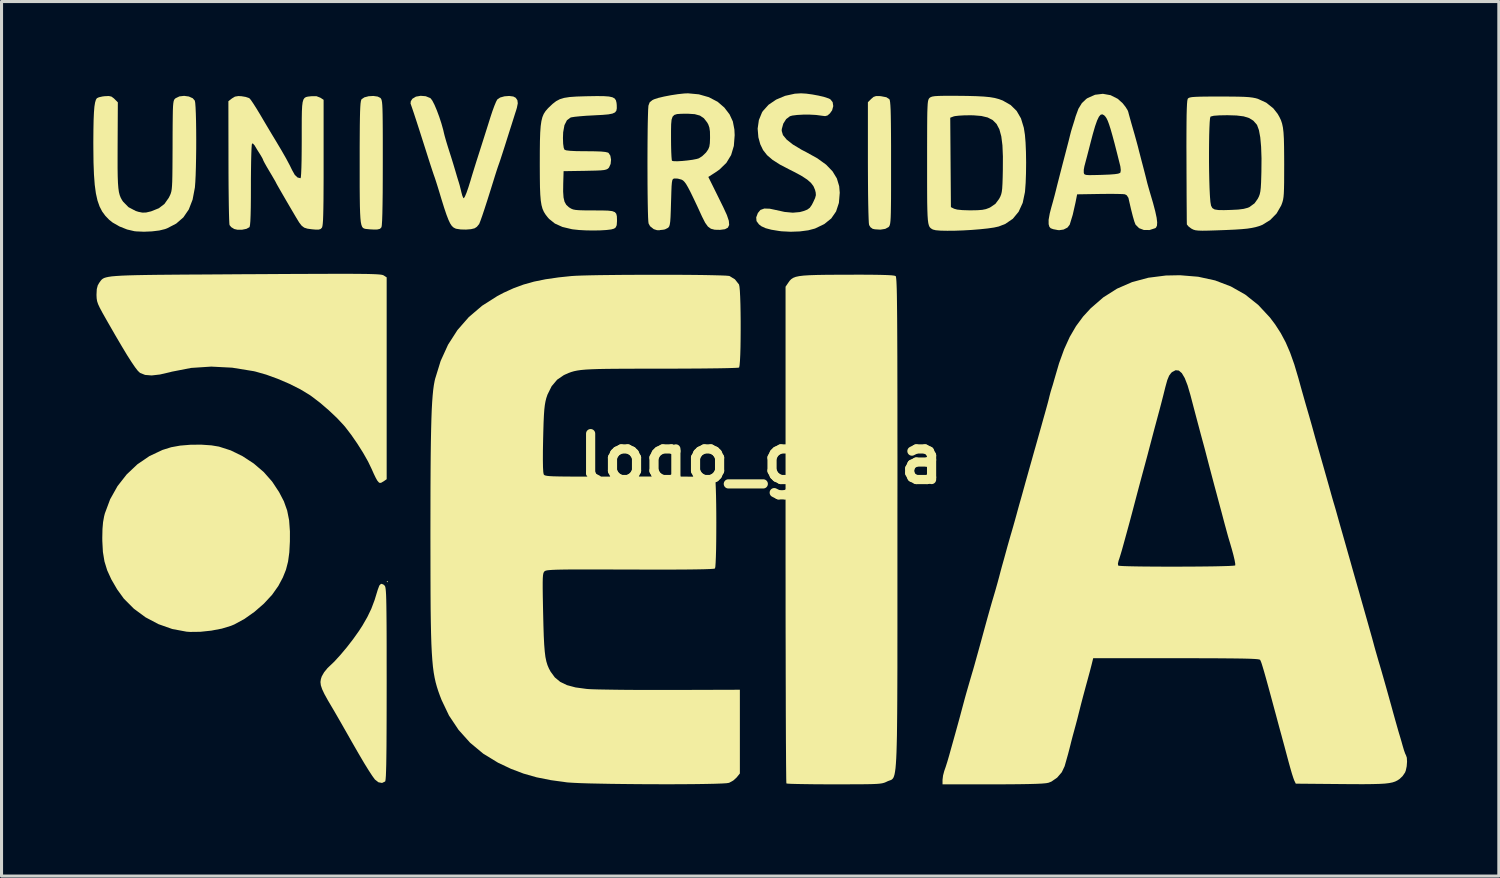
<source format=kicad_pcb>
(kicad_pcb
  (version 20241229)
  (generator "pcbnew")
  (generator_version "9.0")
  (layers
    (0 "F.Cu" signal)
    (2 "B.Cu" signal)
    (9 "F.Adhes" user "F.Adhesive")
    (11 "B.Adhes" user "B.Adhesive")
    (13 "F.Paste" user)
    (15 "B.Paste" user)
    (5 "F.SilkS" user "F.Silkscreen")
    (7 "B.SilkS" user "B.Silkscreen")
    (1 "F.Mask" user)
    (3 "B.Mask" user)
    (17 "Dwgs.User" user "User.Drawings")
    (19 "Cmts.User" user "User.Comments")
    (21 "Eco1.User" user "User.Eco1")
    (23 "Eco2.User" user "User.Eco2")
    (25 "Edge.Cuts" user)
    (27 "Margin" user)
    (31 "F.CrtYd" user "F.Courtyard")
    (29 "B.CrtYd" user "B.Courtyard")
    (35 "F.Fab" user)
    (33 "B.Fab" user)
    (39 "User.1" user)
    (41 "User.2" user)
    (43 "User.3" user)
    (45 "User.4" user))
  (footprint "logo_g_eia"
    (layer "F.Cu")
    (at 21.824 11.943)
    (property "Reference" "logo_g_eia" (at 0 0 0) (layer "F.SilkS") (effects (font (size 1.5 1.5) (thickness 0.3))))
    (attr board_only exclude_from_pos_files exclude_from_bom)
    (fp_poly (pts (xy -12.195 4.016) (xy -12.216 4.037) (xy -12.237 4.016) (xy -12.216 3.995)) (stroke (width 0) (type solid)) (fill yes) (layer "F.SilkS"))
    (fp_poly (pts (xy 3.873 -11.853) (xy 3.921 -11.848) (xy 4.093 -11.815) (xy 4.189 -11.754) (xy 4.191 -11.751) (xy 4.205 -11.718) (xy 4.216 -11.652) (xy 4.225 -11.549) (xy 4.233 -11.402) (xy 4.238 -11.204) (xy 4.242 -10.948) (xy 4.245 -10.629) (xy 4.247 -10.24) (xy 4.247 -9.775) (xy 4.247 -9.664) (xy 4.247 -9.201) (xy 4.247 -8.814) (xy 4.246 -8.497) (xy 4.243 -8.242) (xy 4.24 -8.042) (xy 4.235 -7.89) (xy 4.228 -7.777) (xy 4.219 -7.698) (xy 4.207 -7.644) (xy 4.193 -7.608) (xy 4.176 -7.583) (xy 4.163 -7.57) (xy 4.057 -7.513) (xy 3.899 -7.488) (xy 3.72 -7.499) (xy 3.646 -7.515) (xy 3.574 -7.567) (xy 3.53 -7.639) (xy 3.521 -7.703) (xy 3.514 -7.844) (xy 3.507 -8.053) (xy 3.501 -8.324) (xy 3.496 -8.648) (xy 3.493 -9.017) (xy 3.491 -9.425) (xy 3.49 -9.698) (xy 3.49 -11.652) (xy 3.599 -11.761) (xy 3.675 -11.826) (xy 3.755 -11.853)) (stroke (width 0) (type solid)) (fill yes) (layer "F.SilkS"))
    (fp_poly (pts (xy -12.531 -11.837) (xy -12.446 -11.795) (xy -12.427 -11.775) (xy -12.412 -11.748) (xy -12.399 -11.707) (xy -12.388 -11.645) (xy -12.38 -11.554) (xy -12.374 -11.427) (xy -12.37 -11.257) (xy -12.367 -11.036) (xy -12.365 -10.758) (xy -12.364 -10.415) (xy -12.364 -10) (xy -12.364 -9.684) (xy -12.365 -9.154) (xy -12.367 -8.696) (xy -12.372 -8.313) (xy -12.378 -8.007) (xy -12.386 -7.779) (xy -12.396 -7.632) (xy -12.407 -7.567) (xy -12.407 -7.567) (xy -12.455 -7.515) (xy -12.541 -7.493) (xy -12.649 -7.491) (xy -12.789 -7.498) (xy -12.906 -7.51) (xy -12.936 -7.514) (xy -12.977 -7.526) (xy -13.012 -7.546) (xy -13.04 -7.584) (xy -13.063 -7.644) (xy -13.082 -7.735) (xy -13.095 -7.863) (xy -13.105 -8.035) (xy -13.112 -8.258) (xy -13.116 -8.538) (xy -13.119 -8.883) (xy -13.119 -9.3) (xy -13.119 -9.706) (xy -13.119 -10.174) (xy -13.117 -10.566) (xy -13.115 -10.887) (xy -13.111 -11.145) (xy -13.106 -11.347) (xy -13.099 -11.5) (xy -13.091 -11.61) (xy -13.08 -11.685) (xy -13.067 -11.731) (xy -13.057 -11.75) (xy -12.967 -11.811) (xy -12.827 -11.848) (xy -12.671 -11.857)) (stroke (width 0) (type solid)) (fill yes) (layer "F.SilkS"))
    (fp_poly (pts (xy -17.964 -0.438) (xy -17.717 -0.397) (xy -17.334 -0.274) (xy -16.948 -0.085) (xy -16.58 0.156) (xy -16.253 0.436) (xy -15.986 0.739) (xy -15.965 0.768) (xy -15.753 1.09) (xy -15.596 1.391) (xy -15.489 1.691) (xy -15.425 2.012) (xy -15.399 2.375) (xy -15.4 2.703) (xy -15.419 3.062) (xy -15.46 3.361) (xy -15.528 3.626) (xy -15.63 3.88) (xy -15.772 4.147) (xy -15.777 4.156) (xy -15.982 4.446) (xy -16.249 4.734) (xy -16.557 5.002) (xy -16.886 5.235) (xy -17.215 5.414) (xy -17.326 5.46) (xy -17.624 5.551) (xy -17.97 5.617) (xy -18.327 5.655) (xy -18.66 5.659) (xy -18.777 5.651) (xy -19.244 5.564) (xy -19.695 5.405) (xy -20.117 5.182) (xy -20.498 4.901) (xy -20.826 4.572) (xy -21.046 4.268) (xy -21.236 3.941) (xy -21.371 3.645) (xy -21.46 3.355) (xy -21.511 3.045) (xy -21.53 2.688) (xy -21.531 2.58) (xy -21.525 2.298) (xy -21.506 2.074) (xy -21.471 1.88) (xy -21.447 1.787) (xy -21.274 1.323) (xy -21.034 0.895) (xy -20.735 0.513) (xy -20.385 0.182) (xy -19.991 -0.087) (xy -19.562 -0.289) (xy -19.279 -0.377) (xy -18.987 -0.43) (xy -18.649 -0.458) (xy -18.297 -0.461)) (stroke (width 0) (type solid)) (fill yes) (layer "F.SilkS"))
    (fp_poly (pts (xy -12.351 4.105) (xy -12.304 4.145) (xy -12.291 4.164) (xy -12.28 4.199) (xy -12.271 4.255) (xy -12.263 4.338) (xy -12.256 4.453) (xy -12.251 4.606) (xy -12.247 4.803) (xy -12.244 5.049) (xy -12.241 5.35) (xy -12.239 5.711) (xy -12.238 6.138) (xy -12.238 6.637) (xy -12.237 7.213) (xy -12.237 7.354) (xy -12.238 7.979) (xy -12.239 8.524) (xy -12.241 8.993) (xy -12.243 9.391) (xy -12.247 9.723) (xy -12.251 9.992) (xy -12.257 10.202) (xy -12.263 10.359) (xy -12.271 10.466) (xy -12.28 10.528) (xy -12.288 10.547) (xy -12.388 10.595) (xy -12.506 10.573) (xy -12.618 10.485) (xy -12.623 10.48) (xy -12.707 10.365) (xy -12.824 10.186) (xy -12.976 9.94) (xy -13.162 9.624) (xy -13.385 9.236) (xy -13.495 9.041) (xy -13.627 8.81) (xy -13.754 8.587) (xy -13.869 8.388) (xy -13.959 8.232) (xy -14.003 8.158) (xy -14.158 7.895) (xy -14.272 7.689) (xy -14.347 7.529) (xy -14.389 7.402) (xy -14.401 7.296) (xy -14.387 7.199) (xy -14.358 7.111) (xy -14.282 6.978) (xy -14.171 6.842) (xy -14.117 6.79) (xy -13.946 6.627) (xy -13.749 6.411) (xy -13.539 6.161) (xy -13.333 5.895) (xy -13.146 5.632) (xy -13.03 5.453) (xy -12.869 5.173) (xy -12.74 4.905) (xy -12.631 4.616) (xy -12.528 4.279) (xy -12.477 4.143) (xy -12.421 4.086)) (stroke (width 0) (type solid)) (fill yes) (layer "F.SilkS"))
    (fp_poly (pts (xy 1.473 -11.933) (xy 1.672 -11.906) (xy 1.878 -11.868) (xy 2.064 -11.823) (xy 2.207 -11.776) (xy 2.26 -11.75) (xy 2.338 -11.655) (xy 2.358 -11.526) (xy 2.321 -11.388) (xy 2.248 -11.286) (xy 2.17 -11.219) (xy 2.092 -11.198) (xy 1.978 -11.212) (xy 1.964 -11.214) (xy 1.796 -11.236) (xy 1.592 -11.247) (xy 1.378 -11.247) (xy 1.179 -11.236) (xy 1.019 -11.216) (xy 0.942 -11.194) (xy 0.819 -11.101) (xy 0.725 -10.953) (xy 0.676 -10.776) (xy 0.673 -10.715) (xy 0.714 -10.578) (xy 0.837 -10.429) (xy 1.04 -10.269) (xy 1.321 -10.1) (xy 1.474 -10.021) (xy 1.838 -9.819) (xy 2.123 -9.613) (xy 2.333 -9.396) (xy 2.475 -9.163) (xy 2.552 -8.908) (xy 2.57 -8.692) (xy 2.542 -8.361) (xy 2.45 -8.082) (xy 2.292 -7.853) (xy 2.063 -7.669) (xy 1.761 -7.524) (xy 1.54 -7.466) (xy 1.265 -7.43) (xy 0.965 -7.419) (xy 0.669 -7.434) (xy 0.589 -7.444) (xy 0.333 -7.486) (xy 0.145 -7.536) (xy 0.009 -7.599) (xy -0.07 -7.66) (xy -0.15 -7.768) (xy -0.16 -7.889) (xy -0.106 -8.031) (xy -0.022 -8.132) (xy 0.105 -8.178) (xy 0.283 -8.172) (xy 0.444 -8.138) (xy 0.767 -8.067) (xy 1.035 -8.042) (xy 1.263 -8.062) (xy 1.38 -8.093) (xy 1.508 -8.142) (xy 1.59 -8.201) (xy 1.657 -8.296) (xy 1.704 -8.388) (xy 1.765 -8.521) (xy 1.79 -8.615) (xy 1.784 -8.702) (xy 1.762 -8.788) (xy 1.711 -8.908) (xy 1.629 -9.017) (xy 1.505 -9.125) (xy 1.328 -9.241) (xy 1.088 -9.371) (xy 0.931 -9.45) (xy 0.618 -9.613) (xy 0.376 -9.767) (xy 0.195 -9.922) (xy 0.064 -10.089) (xy -0.027 -10.278) (xy -0.088 -10.501) (xy -0.089 -10.504) (xy -0.113 -10.79) (xy -0.073 -11.069) (xy 0.028 -11.316) (xy 0.056 -11.361) (xy 0.243 -11.569) (xy 0.492 -11.738) (xy 0.784 -11.861) (xy 1.103 -11.931) (xy 1.304 -11.943)) (stroke (width 0) (type solid)) (fill yes) (layer "F.SilkS"))
    (fp_poly (pts (xy -13.369 -6.044) (xy -13.114 -6.042) (xy -12.904 -6.04) (xy -12.736 -6.036) (xy -12.605 -6.031) (xy -12.506 -6.025) (xy -12.434 -6.018) (xy -12.384 -6.01) (xy -12.352 -6) (xy -12.337 -5.993) (xy -12.237 -5.928) (xy -12.237 -2.63) (xy -12.237 0.668) (xy -12.331 0.734) (xy -12.424 0.788) (xy -12.484 0.783) (xy -12.543 0.714) (xy -12.549 0.704) (xy -12.597 0.618) (xy -12.662 0.483) (xy -12.727 0.336) (xy -12.846 0.089) (xy -13.007 -0.195) (xy -13.195 -0.493) (xy -13.394 -0.781) (xy -13.588 -1.034) (xy -13.638 -1.093) (xy -13.86 -1.331) (xy -14.128 -1.584) (xy -14.413 -1.829) (xy -14.688 -2.039) (xy -14.761 -2.09) (xy -15.059 -2.27) (xy -15.413 -2.448) (xy -15.793 -2.611) (xy -16.172 -2.749) (xy -16.52 -2.848) (xy -16.579 -2.862) (xy -17.288 -2.977) (xy -17.971 -3.012) (xy -18.627 -2.969) (xy -19.258 -2.846) (xy -19.309 -2.832) (xy -19.646 -2.754) (xy -19.918 -2.723) (xy -20.132 -2.74) (xy -20.291 -2.803) (xy -20.305 -2.813) (xy -20.37 -2.875) (xy -20.459 -2.99) (xy -20.575 -3.16) (xy -20.721 -3.389) (xy -20.897 -3.681) (xy -21.108 -4.04) (xy -21.354 -4.468) (xy -21.408 -4.563) (xy -21.529 -4.777) (xy -21.614 -4.936) (xy -21.669 -5.055) (xy -21.701 -5.152) (xy -21.715 -5.242) (xy -21.72 -5.342) (xy -21.72 -5.369) (xy -21.711 -5.545) (xy -21.679 -5.667) (xy -21.633 -5.748) (xy -21.604 -5.788) (xy -21.579 -5.823) (xy -21.551 -5.855) (xy -21.517 -5.882) (xy -21.472 -5.907) (xy -21.409 -5.927) (xy -21.326 -5.945) (xy -21.217 -5.961) (xy -21.077 -5.973) (xy -20.901 -5.984) (xy -20.685 -5.993) (xy -20.424 -6) (xy -20.113 -6.006) (xy -19.747 -6.011) (xy -19.321 -6.015) (xy -18.831 -6.019) (xy -18.272 -6.022) (xy -17.639 -6.026) (xy -16.927 -6.031) (xy -16.847 -6.031) (xy -16.136 -6.035) (xy -15.504 -6.039) (xy -14.947 -6.041) (xy -14.459 -6.043) (xy -14.037 -6.044) (xy -13.675 -6.045)) (stroke (width 0) (type solid)) (fill yes) (layer "F.SilkS"))
    (fp_poly (pts (xy -18.702 -11.839) (xy -18.575 -11.782) (xy -18.508 -11.705) (xy -18.494 -11.632) (xy -18.483 -11.487) (xy -18.474 -11.284) (xy -18.467 -11.034) (xy -18.463 -10.75) (xy -18.461 -10.445) (xy -18.462 -10.131) (xy -18.466 -9.821) (xy -18.472 -9.528) (xy -18.48 -9.263) (xy -18.491 -9.041) (xy -18.504 -8.872) (xy -18.507 -8.852) (xy -18.58 -8.468) (xy -18.704 -8.148) (xy -18.881 -7.889) (xy -19.115 -7.686) (xy -19.409 -7.533) (xy -19.48 -7.506) (xy -19.669 -7.46) (xy -19.91 -7.431) (xy -20.171 -7.42) (xy -20.422 -7.431) (xy -20.48 -7.437) (xy -20.72 -7.493) (xy -20.969 -7.592) (xy -21.193 -7.72) (xy -21.303 -7.807) (xy -21.43 -7.938) (xy -21.535 -8.081) (xy -21.62 -8.246) (xy -21.688 -8.44) (xy -21.74 -8.673) (xy -21.778 -8.953) (xy -21.803 -9.288) (xy -21.818 -9.687) (xy -21.823 -10.158) (xy -21.824 -10.345) (xy -21.821 -10.742) (xy -21.815 -11.062) (xy -21.804 -11.314) (xy -21.789 -11.504) (xy -21.767 -11.641) (xy -21.74 -11.732) (xy -21.707 -11.784) (xy -21.641 -11.814) (xy -21.525 -11.84) (xy -21.453 -11.849) (xy -21.318 -11.855) (xy -21.231 -11.836) (xy -21.155 -11.78) (xy -21.133 -11.759) (xy -21.023 -11.649) (xy -21.03 -10.246) (xy -21.031 -9.836) (xy -21.031 -9.501) (xy -21.027 -9.23) (xy -21.019 -9.016) (xy -21.006 -8.849) (xy -20.988 -8.719) (xy -20.962 -8.616) (xy -20.929 -8.532) (xy -20.888 -8.457) (xy -20.851 -8.402) (xy -20.674 -8.222) (xy -20.438 -8.098) (xy -20.349 -8.07) (xy -20.22 -8.044) (xy -20.099 -8.048) (xy -19.948 -8.083) (xy -19.925 -8.09) (xy -19.682 -8.188) (xy -19.499 -8.329) (xy -19.358 -8.53) (xy -19.339 -8.568) (xy -19.312 -8.623) (xy -19.291 -8.677) (xy -19.274 -8.738) (xy -19.261 -8.817) (xy -19.252 -8.923) (xy -19.245 -9.065) (xy -19.241 -9.253) (xy -19.238 -9.495) (xy -19.236 -9.801) (xy -19.234 -10.181) (xy -19.234 -10.237) (xy -19.233 -10.627) (xy -19.231 -10.942) (xy -19.228 -11.189) (xy -19.225 -11.379) (xy -19.219 -11.519) (xy -19.21 -11.618) (xy -19.199 -11.684) (xy -19.184 -11.728) (xy -19.165 -11.756) (xy -19.141 -11.778) (xy -19.135 -11.783) (xy -19.01 -11.843) (xy -18.856 -11.86)) (stroke (width 0) (type solid)) (fill yes) (layer "F.SilkS"))
    (fp_poly (pts (xy 3.608 -6.014) (xy 3.888 -6.01) (xy 4.102 -6.004) (xy 4.254 -5.996) (xy 4.35 -5.985) (xy 4.395 -5.971) (xy 4.397 -5.969) (xy 4.405 -5.955) (xy 4.411 -5.921) (xy 4.417 -5.866) (xy 4.423 -5.785) (xy 4.428 -5.676) (xy 4.433 -5.534) (xy 4.437 -5.356) (xy 4.44 -5.14) (xy 4.443 -4.881) (xy 4.446 -4.577) (xy 4.448 -4.223) (xy 4.45 -3.817) (xy 4.452 -3.355) (xy 4.453 -2.833) (xy 4.454 -2.25) (xy 4.455 -1.6) (xy 4.455 -0.88) (xy 4.456 -0.088) (xy 4.456 0.78) (xy 4.455 1.728) (xy 4.455 2.076) (xy 4.455 3.061) (xy 4.455 3.965) (xy 4.455 4.792) (xy 4.455 5.545) (xy 4.454 6.228) (xy 4.454 6.844) (xy 4.452 7.398) (xy 4.45 7.891) (xy 4.447 8.328) (xy 4.443 8.713) (xy 4.439 9.048) (xy 4.432 9.338) (xy 4.425 9.585) (xy 4.416 9.793) (xy 4.405 9.966) (xy 4.393 10.108) (xy 4.378 10.22) (xy 4.362 10.309) (xy 4.343 10.375) (xy 4.323 10.424) (xy 4.299 10.458) (xy 4.273 10.482) (xy 4.245 10.498) (xy 4.213 10.51) (xy 4.178 10.522) (xy 4.141 10.536) (xy 4.123 10.545) (xy 4.072 10.569) (xy 4.021 10.589) (xy 3.96 10.605) (xy 3.882 10.617) (xy 3.775 10.626) (xy 3.633 10.632) (xy 3.445 10.636) (xy 3.203 10.638) (xy 2.897 10.639) (xy 2.519 10.639) (xy 2.395 10.639) (xy 2.043 10.639) (xy 1.718 10.637) (xy 1.429 10.633) (xy 1.186 10.629) (xy 0.998 10.624) (xy 0.876 10.618) (xy 0.827 10.611) (xy 0.827 10.611) (xy 0.824 10.567) (xy 0.821 10.443) (xy 0.819 10.243) (xy 0.816 9.971) (xy 0.814 9.631) (xy 0.811 9.227) (xy 0.809 8.764) (xy 0.807 8.245) (xy 0.806 7.674) (xy 0.804 7.056) (xy 0.803 6.395) (xy 0.801 5.695) (xy 0.8 4.959) (xy 0.8 4.192) (xy 0.799 3.398) (xy 0.799 2.582) (xy 0.799 2.48) (xy 0.799 -5.623) (xy 0.894 -5.762) (xy 0.938 -5.823) (xy 0.988 -5.873) (xy 1.05 -5.913) (xy 1.133 -5.945) (xy 1.245 -5.969) (xy 1.395 -5.987) (xy 1.59 -5.999) (xy 1.839 -6.007) (xy 2.151 -6.012) (xy 2.533 -6.014) (xy 2.823 -6.015) (xy 3.254 -6.016)) (stroke (width 0) (type solid)) (fill yes) (layer "F.SilkS"))
    (fp_poly (pts (xy 6.357 -11.862) (xy 6.733 -11.858) (xy 7.038 -11.85) (xy 7.281 -11.837) (xy 7.477 -11.818) (xy 7.636 -11.791) (xy 7.77 -11.755) (xy 7.891 -11.71) (xy 7.902 -11.705) (xy 8.156 -11.56) (xy 8.351 -11.368) (xy 8.493 -11.123) (xy 8.586 -10.817) (xy 8.622 -10.587) (xy 8.643 -10.332) (xy 8.656 -10.02) (xy 8.661 -9.679) (xy 8.657 -9.335) (xy 8.646 -9.015) (xy 8.626 -8.748) (xy 8.622 -8.711) (xy 8.549 -8.363) (xy 8.416 -8.073) (xy 8.226 -7.843) (xy 7.981 -7.675) (xy 7.766 -7.591) (xy 7.612 -7.557) (xy 7.404 -7.527) (xy 7.157 -7.501) (xy 6.886 -7.479) (xy 6.607 -7.463) (xy 6.335 -7.453) (xy 6.084 -7.451) (xy 5.871 -7.455) (xy 5.71 -7.468) (xy 5.617 -7.491) (xy 5.614 -7.492) (xy 5.571 -7.516) (xy 5.536 -7.542) (xy 5.506 -7.576) (xy 5.483 -7.628) (xy 5.464 -7.702) (xy 5.45 -7.807) (xy 5.44 -7.95) (xy 5.433 -8.139) (xy 5.428 -8.379) (xy 5.426 -8.679) (xy 5.425 -9.046) (xy 5.425 -9.486) (xy 5.425 -9.695) (xy 5.425 -10.16) (xy 5.426 -10.549) (xy 5.427 -10.868) (xy 5.429 -11.124) (xy 5.429 -11.146) (xy 6.181 -11.146) (xy 6.192 -9.685) (xy 6.203 -8.224) (xy 6.308 -8.171) (xy 6.41 -8.143) (xy 6.583 -8.126) (xy 6.814 -8.119) (xy 6.855 -8.119) (xy 7.072 -8.123) (xy 7.228 -8.135) (xy 7.347 -8.159) (xy 7.451 -8.198) (xy 7.485 -8.214) (xy 7.658 -8.332) (xy 7.779 -8.495) (xy 7.817 -8.567) (xy 7.845 -8.638) (xy 7.865 -8.721) (xy 7.879 -8.832) (xy 7.888 -8.985) (xy 7.895 -9.195) (xy 7.9 -9.441) (xy 7.902 -9.88) (xy 7.887 -10.243) (xy 7.85 -10.536) (xy 7.787 -10.767) (xy 7.695 -10.942) (xy 7.568 -11.069) (xy 7.404 -11.154) (xy 7.197 -11.203) (xy 6.944 -11.224) (xy 6.826 -11.226) (xy 6.632 -11.223) (xy 6.46 -11.213) (xy 6.333 -11.198) (xy 6.289 -11.187) (xy 6.181 -11.146) (xy 5.429 -11.146) (xy 5.432 -11.326) (xy 5.438 -11.48) (xy 5.444 -11.593) (xy 5.453 -11.672) (xy 5.465 -11.726) (xy 5.479 -11.76) (xy 5.496 -11.783) (xy 5.505 -11.793) (xy 5.543 -11.819) (xy 5.598 -11.838) (xy 5.683 -11.851) (xy 5.81 -11.858) (xy 5.992 -11.862) (xy 6.24 -11.862)) (stroke (width 0) (type solid)) (fill yes) (layer "F.SilkS"))
    (fp_poly (pts (xy -10.96 -11.848) (xy -10.819 -11.791) (xy -10.799 -11.777) (xy -10.744 -11.703) (xy -10.674 -11.567) (xy -10.597 -11.385) (xy -10.519 -11.176) (xy -10.448 -10.958) (xy -10.389 -10.749) (xy -10.364 -10.639) (xy -10.338 -10.537) (xy -10.293 -10.379) (xy -10.236 -10.192) (xy -10.198 -10.072) (xy -10.131 -9.862) (xy -10.065 -9.65) (xy -10.011 -9.469) (xy -9.99 -9.399) (xy -9.945 -9.245) (xy -9.904 -9.11) (xy -9.882 -9.041) (xy -9.852 -8.939) (xy -9.816 -8.796) (xy -9.797 -8.716) (xy -9.765 -8.597) (xy -9.733 -8.526) (xy -9.716 -8.514) (xy -9.68 -8.57) (xy -9.627 -8.695) (xy -9.564 -8.877) (xy -9.493 -9.104) (xy -9.481 -9.147) (xy -9.442 -9.277) (xy -9.383 -9.467) (xy -9.313 -9.692) (xy -9.236 -9.933) (xy -9.205 -10.03) (xy -9.119 -10.3) (xy -9.026 -10.593) (xy -8.936 -10.877) (xy -8.86 -11.119) (xy -8.848 -11.158) (xy -8.782 -11.358) (xy -8.717 -11.535) (xy -8.661 -11.669) (xy -8.622 -11.742) (xy -8.528 -11.806) (xy -8.388 -11.845) (xy -8.234 -11.857) (xy -8.098 -11.839) (xy -8.019 -11.797) (xy -7.965 -11.718) (xy -7.952 -11.617) (xy -7.981 -11.472) (xy -8.006 -11.387) (xy -8.038 -11.289) (xy -8.089 -11.128) (xy -8.155 -10.919) (xy -8.231 -10.681) (xy -8.304 -10.45) (xy -8.381 -10.206) (xy -8.452 -9.986) (xy -8.511 -9.804) (xy -8.555 -9.673) (xy -8.578 -9.609) (xy -8.604 -9.535) (xy -8.648 -9.402) (xy -8.703 -9.229) (xy -8.748 -9.083) (xy -8.853 -8.747) (xy -8.951 -8.437) (xy -9.039 -8.165) (xy -9.114 -7.941) (xy -9.173 -7.775) (xy -9.212 -7.677) (xy -9.216 -7.669) (xy -9.289 -7.581) (xy -9.363 -7.532) (xy -9.482 -7.503) (xy -9.645 -7.49) (xy -9.817 -7.494) (xy -9.96 -7.516) (xy -9.996 -7.528) (xy -10.055 -7.56) (xy -10.109 -7.611) (xy -10.162 -7.691) (xy -10.218 -7.809) (xy -10.282 -7.975) (xy -10.357 -8.197) (xy -10.447 -8.485) (xy -10.513 -8.705) (xy -10.571 -8.894) (xy -10.623 -9.059) (xy -10.663 -9.181) (xy -10.681 -9.231) (xy -10.704 -9.296) (xy -10.748 -9.428) (xy -10.808 -9.611) (xy -10.879 -9.832) (xy -10.955 -10.072) (xy -11.069 -10.429) (xy -11.174 -10.758) (xy -11.268 -11.048) (xy -11.347 -11.289) (xy -11.409 -11.472) (xy -11.449 -11.588) (xy -11.457 -11.608) (xy -11.449 -11.684) (xy -11.396 -11.766) (xy -11.281 -11.835) (xy -11.125 -11.862)) (stroke (width 0) (type solid)) (fill yes) (layer "F.SilkS"))
    (fp_poly (pts (xy -5.142 -11.851) (xy -4.974 -11.839) (xy -4.859 -11.814) (xy -4.786 -11.774) (xy -4.745 -11.714) (xy -4.725 -11.632) (xy -4.718 -11.56) (xy -4.716 -11.454) (xy -4.731 -11.375) (xy -4.775 -11.319) (xy -4.858 -11.281) (xy -4.992 -11.255) (xy -5.187 -11.238) (xy -5.454 -11.224) (xy -5.483 -11.222) (xy -5.714 -11.21) (xy -5.923 -11.193) (xy -6.092 -11.176) (xy -6.203 -11.158) (xy -6.228 -11.151) (xy -6.346 -11.063) (xy -6.427 -10.903) (xy -6.469 -10.67) (xy -6.476 -10.484) (xy -6.47 -10.297) (xy -6.451 -10.163) (xy -6.426 -10.101) (xy -6.367 -10.079) (xy -6.239 -10.064) (xy -6.037 -10.054) (xy -5.757 -10.051) (xy -5.719 -10.051) (xy -5.439 -10.048) (xy -5.233 -10.041) (xy -5.093 -10.027) (xy -5.009 -10.007) (xy -4.986 -9.995) (xy -4.927 -9.906) (xy -4.904 -9.775) (xy -4.918 -9.635) (xy -4.97 -9.52) (xy -4.979 -9.508) (xy -5.014 -9.476) (xy -5.061 -9.453) (xy -5.132 -9.436) (xy -5.242 -9.425) (xy -5.403 -9.418) (xy -5.629 -9.413) (xy -5.756 -9.41) (xy -6.455 -9.399) (xy -6.467 -8.99) (xy -6.47 -8.731) (xy -6.457 -8.54) (xy -6.425 -8.402) (xy -6.37 -8.302) (xy -6.288 -8.225) (xy -6.268 -8.211) (xy -6.209 -8.175) (xy -6.147 -8.149) (xy -6.066 -8.133) (xy -5.951 -8.123) (xy -5.788 -8.118) (xy -5.56 -8.116) (xy -5.462 -8.116) (xy -5.194 -8.115) (xy -4.999 -8.109) (xy -4.865 -8.093) (xy -4.78 -8.06) (xy -4.734 -8.007) (xy -4.714 -7.926) (xy -4.71 -7.813) (xy -4.71 -7.763) (xy -4.719 -7.634) (xy -4.752 -7.56) (xy -4.805 -7.521) (xy -4.898 -7.495) (xy -5.056 -7.476) (xy -5.259 -7.464) (xy -5.489 -7.46) (xy -5.726 -7.464) (xy -5.951 -7.476) (xy -6.146 -7.497) (xy -6.182 -7.502) (xy -6.493 -7.576) (xy -6.739 -7.687) (xy -6.929 -7.839) (xy -6.974 -7.89) (xy -7.044 -7.98) (xy -7.1 -8.07) (xy -7.144 -8.17) (xy -7.177 -8.291) (xy -7.201 -8.441) (xy -7.217 -8.632) (xy -7.227 -8.875) (xy -7.231 -9.178) (xy -7.233 -9.552) (xy -7.233 -9.662) (xy -7.232 -10.066) (xy -7.228 -10.395) (xy -7.219 -10.66) (xy -7.204 -10.87) (xy -7.18 -11.036) (xy -7.148 -11.165) (xy -7.104 -11.27) (xy -7.047 -11.359) (xy -6.977 -11.441) (xy -6.938 -11.481) (xy -6.814 -11.598) (xy -6.699 -11.687) (xy -6.578 -11.751) (xy -6.436 -11.794) (xy -6.257 -11.822) (xy -6.027 -11.838) (xy -5.73 -11.847) (xy -5.677 -11.848) (xy -5.373 -11.853)) (stroke (width 0) (type solid)) (fill yes) (layer "F.SilkS"))
    (fp_poly (pts (xy -16.98 -11.848) (xy -16.847 -11.826) (xy -16.742 -11.791) (xy -16.716 -11.775) (xy -16.671 -11.72) (xy -16.594 -11.607) (xy -16.495 -11.451) (xy -16.383 -11.267) (xy -16.35 -11.211) (xy -16.222 -10.994) (xy -16.09 -10.772) (xy -15.97 -10.571) (xy -15.876 -10.416) (xy -15.871 -10.408) (xy -15.676 -10.081) (xy -15.521 -9.81) (xy -15.4 -9.582) (xy -15.329 -9.436) (xy -15.24 -9.278) (xy -15.149 -9.192) (xy -15.052 -9.168) (xy -15.041 -9.208) (xy -15.032 -9.325) (xy -15.024 -9.51) (xy -15.018 -9.754) (xy -15.015 -10.051) (xy -15.013 -10.392) (xy -15.013 -10.445) (xy -15.013 -10.82) (xy -15.012 -11.12) (xy -15.008 -11.353) (xy -14.999 -11.527) (xy -14.983 -11.653) (xy -14.958 -11.738) (xy -14.922 -11.791) (xy -14.874 -11.821) (xy -14.81 -11.836) (xy -14.73 -11.845) (xy -14.698 -11.848) (xy -14.528 -11.848) (xy -14.404 -11.8) (xy -14.298 -11.731) (xy -14.298 -9.679) (xy -14.298 -9.193) (xy -14.3 -8.785) (xy -14.302 -8.448) (xy -14.306 -8.176) (xy -14.311 -7.962) (xy -14.317 -7.8) (xy -14.326 -7.683) (xy -14.336 -7.606) (xy -14.349 -7.561) (xy -14.355 -7.55) (xy -14.397 -7.508) (xy -14.461 -7.489) (xy -14.568 -7.49) (xy -14.681 -7.5) (xy -14.827 -7.52) (xy -14.931 -7.553) (xy -15.014 -7.615) (xy -15.096 -7.721) (xy -15.196 -7.885) (xy -15.351 -8.148) (xy -15.495 -8.394) (xy -15.622 -8.613) (xy -15.727 -8.795) (xy -15.804 -8.93) (xy -15.847 -9.008) (xy -15.854 -9.023) (xy -15.874 -9.062) (xy -15.929 -9.157) (xy -16.008 -9.292) (xy -16.064 -9.386) (xy -16.154 -9.538) (xy -16.225 -9.664) (xy -16.267 -9.745) (xy -16.274 -9.765) (xy -16.295 -9.814) (xy -16.349 -9.909) (xy -16.39 -9.975) (xy -16.468 -10.098) (xy -16.532 -10.205) (xy -16.552 -10.24) (xy -16.603 -10.297) (xy -16.637 -10.303) (xy -16.646 -10.257) (xy -16.654 -10.138) (xy -16.661 -9.954) (xy -16.667 -9.716) (xy -16.671 -9.435) (xy -16.674 -9.12) (xy -16.674 -8.949) (xy -16.675 -8.54) (xy -16.678 -8.211) (xy -16.684 -7.955) (xy -16.692 -7.767) (xy -16.703 -7.644) (xy -16.717 -7.578) (xy -16.723 -7.567) (xy -16.821 -7.514) (xy -16.964 -7.485) (xy -17.115 -7.485) (xy -17.219 -7.509) (xy -17.316 -7.569) (xy -17.373 -7.638) (xy -17.379 -7.695) (xy -17.385 -7.827) (xy -17.391 -8.027) (xy -17.396 -8.284) (xy -17.4 -8.591) (xy -17.404 -8.939) (xy -17.406 -9.319) (xy -17.407 -9.701) (xy -17.41 -11.685) (xy -17.294 -11.776) (xy -17.196 -11.835) (xy -17.084 -11.854)) (stroke (width 0) (type solid)) (fill yes) (layer "F.SilkS"))
    (fp_poly (pts (xy 15.331 -11.837) (xy 15.591 -11.834) (xy 15.791 -11.828) (xy 15.945 -11.818) (xy 16.065 -11.803) (xy 16.162 -11.784) (xy 16.235 -11.763) (xy 16.507 -11.638) (xy 16.737 -11.455) (xy 16.879 -11.275) (xy 16.94 -11.169) (xy 16.989 -11.066) (xy 17.026 -10.955) (xy 17.054 -10.824) (xy 17.073 -10.661) (xy 17.085 -10.456) (xy 17.091 -10.197) (xy 17.094 -9.872) (xy 17.095 -9.63) (xy 17.094 -9.294) (xy 17.093 -9.03) (xy 17.089 -8.826) (xy 17.083 -8.673) (xy 17.073 -8.556) (xy 17.059 -8.466) (xy 17.039 -8.391) (xy 17.013 -8.318) (xy 16.995 -8.273) (xy 16.847 -8.017) (xy 16.638 -7.803) (xy 16.387 -7.647) (xy 16.271 -7.602) (xy 16.155 -7.569) (xy 16.031 -7.543) (xy 15.887 -7.521) (xy 15.708 -7.504) (xy 15.483 -7.489) (xy 15.198 -7.476) (xy 14.866 -7.464) (xy 14.611 -7.456) (xy 14.424 -7.453) (xy 14.293 -7.457) (xy 14.201 -7.467) (xy 14.133 -7.486) (xy 14.076 -7.514) (xy 14.056 -7.526) (xy 13.966 -7.594) (xy 13.917 -7.654) (xy 13.914 -7.664) (xy 13.913 -7.715) (xy 13.911 -7.842) (xy 13.91 -8.037) (xy 13.908 -8.29) (xy 13.906 -8.593) (xy 13.905 -8.938) (xy 13.903 -9.317) (xy 13.902 -9.707) (xy 13.901 -10.014) (xy 14.638 -10.014) (xy 14.638 -9.71) (xy 14.641 -9.407) (xy 14.647 -9.117) (xy 14.655 -8.852) (xy 14.666 -8.625) (xy 14.67 -8.56) (xy 14.684 -8.39) (xy 14.705 -8.271) (xy 14.747 -8.193) (xy 14.821 -8.148) (xy 14.943 -8.129) (xy 15.123 -8.126) (xy 15.349 -8.132) (xy 15.592 -8.144) (xy 15.77 -8.167) (xy 15.903 -8.202) (xy 15.958 -8.225) (xy 16.126 -8.348) (xy 16.229 -8.493) (xy 16.268 -8.569) (xy 16.296 -8.645) (xy 16.316 -8.737) (xy 16.33 -8.86) (xy 16.34 -9.03) (xy 16.347 -9.263) (xy 16.35 -9.376) (xy 16.354 -9.817) (xy 16.341 -10.195) (xy 16.313 -10.505) (xy 16.269 -10.742) (xy 16.21 -10.903) (xy 16.191 -10.932) (xy 16.085 -11.05) (xy 15.949 -11.135) (xy 15.771 -11.19) (xy 15.537 -11.219) (xy 15.239 -11.228) (xy 14.975 -11.223) (xy 14.795 -11.21) (xy 14.698 -11.186) (xy 14.685 -11.178) (xy 14.671 -11.123) (xy 14.66 -10.997) (xy 14.651 -10.81) (xy 14.644 -10.576) (xy 14.64 -10.307) (xy 14.638 -10.014) (xy 13.901 -10.014) (xy 13.9 -10.2) (xy 13.901 -10.614) (xy 13.903 -10.954) (xy 13.906 -11.227) (xy 13.912 -11.439) (xy 13.919 -11.593) (xy 13.928 -11.697) (xy 13.94 -11.755) (xy 13.946 -11.768) (xy 13.97 -11.79) (xy 14.014 -11.807) (xy 14.086 -11.82) (xy 14.197 -11.828) (xy 14.358 -11.834) (xy 14.579 -11.837) (xy 14.87 -11.838) (xy 14.999 -11.838)) (stroke (width 0) (type solid)) (fill yes) (layer "F.SilkS"))
    (fp_poly (pts (xy 11.421 -11.882) (xy 11.653 -11.765) (xy 11.814 -11.621) (xy 11.907 -11.503) (xy 11.975 -11.396) (xy 11.997 -11.343) (xy 12.017 -11.265) (xy 12.055 -11.128) (xy 12.104 -10.952) (xy 12.148 -10.799) (xy 12.206 -10.598) (xy 12.258 -10.41) (xy 12.299 -10.26) (xy 12.318 -10.189) (xy 12.345 -10.079) (xy 12.388 -9.915) (xy 12.438 -9.722) (xy 12.468 -9.609) (xy 12.517 -9.421) (xy 12.56 -9.253) (xy 12.591 -9.129) (xy 12.602 -9.083) (xy 12.626 -8.989) (xy 12.666 -8.847) (xy 12.707 -8.705) (xy 12.809 -8.36) (xy 12.881 -8.087) (xy 12.926 -7.877) (xy 12.944 -7.723) (xy 12.937 -7.618) (xy 12.905 -7.554) (xy 12.879 -7.535) (xy 12.693 -7.475) (xy 12.51 -7.476) (xy 12.353 -7.536) (xy 12.24 -7.649) (xy 12.233 -7.662) (xy 12.197 -7.756) (xy 12.148 -7.925) (xy 12.088 -8.162) (xy 12.02 -8.457) (xy 12.005 -8.526) (xy 11.95 -8.61) (xy 11.89 -8.643) (xy 11.818 -8.65) (xy 11.678 -8.654) (xy 11.486 -8.657) (xy 11.257 -8.656) (xy 11.062 -8.654) (xy 10.328 -8.642) (xy 10.274 -8.369) (xy 10.184 -7.972) (xy 10.085 -7.649) (xy 10.012 -7.556) (xy 9.886 -7.491) (xy 9.74 -7.47) (xy 9.693 -7.475) (xy 9.547 -7.503) (xy 9.463 -7.534) (xy 9.421 -7.582) (xy 9.398 -7.662) (xy 9.397 -7.67) (xy 9.396 -7.809) (xy 9.433 -8.017) (xy 9.482 -8.206) (xy 9.539 -8.409) (xy 9.594 -8.613) (xy 9.637 -8.782) (xy 9.649 -8.831) (xy 9.679 -8.952) (xy 9.726 -9.135) (xy 9.783 -9.358) (xy 9.806 -9.446) (xy 10.545 -9.446) (xy 10.545 -9.351) (xy 10.554 -9.315) (xy 10.577 -9.291) (xy 10.626 -9.276) (xy 10.715 -9.27) (xy 10.859 -9.271) (xy 11.069 -9.276) (xy 11.135 -9.278) (xy 11.382 -9.288) (xy 11.556 -9.301) (xy 11.667 -9.317) (xy 11.727 -9.34) (xy 11.743 -9.356) (xy 11.755 -9.433) (xy 11.742 -9.548) (xy 11.736 -9.575) (xy 11.635 -9.978) (xy 11.551 -10.307) (xy 11.48 -10.57) (xy 11.421 -10.776) (xy 11.371 -10.932) (xy 11.328 -11.047) (xy 11.288 -11.129) (xy 11.249 -11.186) (xy 11.21 -11.226) (xy 11.151 -11.257) (xy 11.095 -11.243) (xy 11.04 -11.178) (xy 10.981 -11.055) (xy 10.915 -10.868) (xy 10.84 -10.61) (xy 10.768 -10.335) (xy 10.709 -10.105) (xy 10.654 -9.893) (xy 10.608 -9.72) (xy 10.577 -9.601) (xy 10.567 -9.567) (xy 10.545 -9.446) (xy 9.806 -9.446) (xy 9.846 -9.602) (xy 9.881 -9.735) (xy 9.943 -9.973) (xy 10 -10.193) (xy 10.048 -10.377) (xy 10.081 -10.509) (xy 10.092 -10.555) (xy 10.129 -10.698) (xy 10.168 -10.829) (xy 10.204 -10.942) (xy 10.251 -11.093) (xy 10.278 -11.187) (xy 10.37 -11.438) (xy 10.483 -11.623) (xy 10.627 -11.76) (xy 10.671 -11.789) (xy 10.914 -11.896) (xy 11.17 -11.927)) (stroke (width 0) (type solid)) (fill yes) (layer "F.SilkS"))
    (fp_poly (pts (xy -2.034 -11.91) (xy -1.706 -11.816) (xy -1.42 -11.666) (xy -1.202 -11.478) (xy -1.031 -11.255) (xy -0.924 -11.024) (xy -0.873 -10.76) (xy -0.864 -10.576) (xy -0.891 -10.224) (xy -0.98 -9.926) (xy -1.135 -9.671) (xy -1.36 -9.452) (xy -1.498 -9.356) (xy -1.725 -9.21) (xy -1.584 -8.926) (xy -1.504 -8.764) (xy -1.402 -8.558) (xy -1.295 -8.34) (xy -1.232 -8.212) (xy -1.118 -7.964) (xy -1.055 -7.777) (xy -1.044 -7.642) (xy -1.085 -7.553) (xy -1.181 -7.502) (xy -1.332 -7.482) (xy -1.349 -7.481) (xy -1.515 -7.485) (xy -1.64 -7.517) (xy -1.739 -7.589) (xy -1.829 -7.714) (xy -1.926 -7.905) (xy -1.941 -7.937) (xy -2.092 -8.266) (xy -2.215 -8.525) (xy -2.312 -8.725) (xy -2.39 -8.873) (xy -2.452 -8.979) (xy -2.504 -9.049) (xy -2.55 -9.094) (xy -2.595 -9.12) (xy -2.602 -9.123) (xy -2.723 -9.156) (xy -2.824 -9.16) (xy -2.859 -9.154) (xy -2.885 -9.137) (xy -2.903 -9.098) (xy -2.916 -9.026) (xy -2.926 -8.909) (xy -2.933 -8.736) (xy -2.94 -8.495) (xy -2.944 -8.376) (xy -2.952 -8.101) (xy -2.96 -7.898) (xy -2.97 -7.755) (xy -2.984 -7.66) (xy -3.001 -7.6) (xy -3.026 -7.563) (xy -3.046 -7.545) (xy -3.141 -7.497) (xy -3.201 -7.485) (xy -3.298 -7.475) (xy -3.329 -7.468) (xy -3.405 -7.471) (xy -3.508 -7.504) (xy -3.51 -7.505) (xy -3.629 -7.6) (xy -3.678 -7.691) (xy -3.686 -7.758) (xy -3.694 -7.898) (xy -3.7 -8.101) (xy -3.705 -8.356) (xy -3.709 -8.652) (xy -3.712 -8.978) (xy -3.713 -9.324) (xy -3.714 -9.68) (xy -3.713 -10.033) (xy -3.711 -10.375) (xy -3.708 -10.693) (xy -3.708 -10.719) (xy -2.944 -10.719) (xy -2.944 -10.477) (xy -2.942 -10.241) (xy -2.937 -10.034) (xy -2.929 -9.872) (xy -2.92 -9.769) (xy -2.912 -9.738) (xy -2.854 -9.725) (xy -2.736 -9.723) (xy -2.58 -9.732) (xy -2.407 -9.749) (xy -2.242 -9.771) (xy -2.105 -9.798) (xy -2.035 -9.819) (xy -1.926 -9.888) (xy -1.815 -9.993) (xy -1.787 -10.026) (xy -1.727 -10.114) (xy -1.692 -10.201) (xy -1.675 -10.314) (xy -1.669 -10.479) (xy -1.669 -10.507) (xy -1.672 -10.693) (xy -1.69 -10.822) (xy -1.726 -10.925) (xy -1.763 -10.991) (xy -1.869 -11.127) (xy -1.998 -11.215) (xy -2.169 -11.262) (xy -2.399 -11.277) (xy -2.448 -11.277) (xy -2.621 -11.274) (xy -2.748 -11.265) (xy -2.836 -11.237) (xy -2.893 -11.18) (xy -2.926 -11.082) (xy -2.94 -10.932) (xy -2.944 -10.719) (xy -3.708 -10.719) (xy -3.704 -10.977) (xy -3.698 -11.217) (xy -3.692 -11.402) (xy -3.684 -11.521) (xy -3.68 -11.548) (xy -3.641 -11.65) (xy -3.553 -11.721) (xy -3.5 -11.747) (xy -3.364 -11.792) (xy -3.171 -11.838) (xy -2.946 -11.881) (xy -2.718 -11.916) (xy -2.511 -11.938) (xy -2.389 -11.943)) (stroke (width 0) (type solid)) (fill yes) (layer "F.SilkS"))
    (fp_poly (pts (xy -2.929 -6.012) (xy -2.539 -6.011) (xy -2.175 -6.008) (xy -1.846 -6.004) (xy -1.559 -5.998) (xy -1.326 -5.992) (xy -1.154 -5.985) (xy -1.052 -5.976) (xy -1.032 -5.972) (xy -0.856 -5.864) (xy -0.725 -5.699) (xy -0.722 -5.693) (xy -0.707 -5.623) (xy -0.694 -5.485) (xy -0.684 -5.29) (xy -0.676 -5.052) (xy -0.671 -4.782) (xy -0.668 -4.494) (xy -0.668 -4.199) (xy -0.67 -3.91) (xy -0.674 -3.639) (xy -0.681 -3.399) (xy -0.691 -3.202) (xy -0.703 -3.061) (xy -0.717 -2.987) (xy -0.722 -2.98) (xy -0.773 -2.974) (xy -0.901 -2.968) (xy -1.098 -2.962) (xy -1.356 -2.957) (xy -1.669 -2.953) (xy -2.028 -2.949) (xy -2.426 -2.947) (xy -2.855 -2.945) (xy -3.289 -2.944) (xy -3.833 -2.944) (xy -4.301 -2.943) (xy -4.698 -2.941) (xy -5.033 -2.938) (xy -5.311 -2.933) (xy -5.541 -2.925) (xy -5.73 -2.915) (xy -5.884 -2.901) (xy -6.01 -2.883) (xy -6.116 -2.861) (xy -6.208 -2.834) (xy -6.294 -2.802) (xy -6.381 -2.764) (xy -6.448 -2.733) (xy -6.665 -2.585) (xy -6.846 -2.37) (xy -6.982 -2.096) (xy -7.021 -1.98) (xy -7.047 -1.875) (xy -7.068 -1.755) (xy -7.085 -1.609) (xy -7.098 -1.423) (xy -7.109 -1.186) (xy -7.118 -0.886) (xy -7.124 -0.637) (xy -7.131 -0.262) (xy -7.132 0.044) (xy -7.128 0.277) (xy -7.119 0.432) (xy -7.106 0.507) (xy -7.105 0.508) (xy -7.094 0.524) (xy -7.075 0.538) (xy -7.043 0.549) (xy -6.991 0.559) (xy -6.913 0.567) (xy -6.803 0.573) (xy -6.655 0.577) (xy -6.463 0.58) (xy -6.22 0.582) (xy -5.921 0.583) (xy -5.56 0.583) (xy -5.13 0.583) (xy -4.626 0.582) (xy -4.308 0.581) (xy -3.676 0.58) (xy -3.126 0.58) (xy -2.659 0.582) (xy -2.272 0.585) (xy -1.966 0.59) (xy -1.739 0.597) (xy -1.589 0.605) (xy -1.517 0.614) (xy -1.511 0.617) (xy -1.498 0.67) (xy -1.488 0.795) (xy -1.48 0.981) (xy -1.473 1.215) (xy -1.468 1.485) (xy -1.465 1.779) (xy -1.464 2.086) (xy -1.465 2.394) (xy -1.467 2.69) (xy -1.471 2.963) (xy -1.478 3.201) (xy -1.486 3.392) (xy -1.495 3.523) (xy -1.507 3.584) (xy -1.508 3.586) (xy -1.556 3.596) (xy -1.679 3.604) (xy -1.879 3.611) (xy -2.155 3.616) (xy -2.511 3.62) (xy -2.946 3.622) (xy -3.463 3.622) (xy -4.062 3.621) (xy -4.282 3.62) (xy -4.831 3.619) (xy -5.302 3.617) (xy -5.701 3.617) (xy -6.034 3.618) (xy -6.308 3.619) (xy -6.528 3.622) (xy -6.701 3.626) (xy -6.832 3.632) (xy -6.929 3.639) (xy -6.996 3.647) (xy -7.041 3.658) (xy -7.068 3.671) (xy -7.081 3.681) (xy -7.101 3.707) (xy -7.117 3.747) (xy -7.128 3.811) (xy -7.135 3.906) (xy -7.138 4.043) (xy -7.138 4.231) (xy -7.135 4.478) (xy -7.129 4.794) (xy -7.124 5.04) (xy -7.114 5.456) (xy -7.103 5.797) (xy -7.089 6.074) (xy -7.071 6.297) (xy -7.049 6.477) (xy -7.019 6.622) (xy -6.982 6.744) (xy -6.936 6.852) (xy -6.88 6.957) (xy -6.879 6.958) (xy -6.741 7.146) (xy -6.566 7.291) (xy -6.345 7.398) (xy -6.065 7.473) (xy -5.717 7.52) (xy -5.656 7.526) (xy -5.524 7.533) (xy -5.317 7.539) (xy -5.047 7.544) (xy -4.722 7.549) (xy -4.353 7.553) (xy -3.949 7.555) (xy -3.521 7.556) (xy -3.079 7.556) (xy -2.944 7.556) (xy -0.694 7.549) (xy -0.694 8.917) (xy -0.694 10.285) (xy -0.799 10.415) (xy -0.91 10.516) (xy -1.042 10.588) (xy -1.056 10.592) (xy -1.135 10.604) (xy -1.289 10.613) (xy -1.509 10.621) (xy -1.785 10.627) (xy -2.108 10.632) (xy -2.469 10.635) (xy -2.859 10.637) (xy -3.269 10.637) (xy -3.688 10.636) (xy -4.109 10.633) (xy -4.522 10.629) (xy -4.917 10.624) (xy -5.286 10.617) (xy -5.619 10.61) (xy -5.906 10.601) (xy -6.14 10.59) (xy -6.31 10.579) (xy -6.35 10.575) (xy -6.875 10.503) (xy -7.34 10.41) (xy -7.767 10.288) (xy -8.177 10.132) (xy -8.594 9.935) (xy -8.6 9.932) (xy -9.081 9.638) (xy -9.512 9.279) (xy -9.887 8.861) (xy -10.2 8.392) (xy -10.442 7.885) (xy -10.5 7.735) (xy -10.551 7.593) (xy -10.596 7.452) (xy -10.636 7.308) (xy -10.67 7.154) (xy -10.7 6.986) (xy -10.725 6.796) (xy -10.745 6.58) (xy -10.762 6.332) (xy -10.776 6.046) (xy -10.786 5.716) (xy -10.794 5.337) (xy -10.8 4.903) (xy -10.803 4.408) (xy -10.805 3.847) (xy -10.806 3.214) (xy -10.807 2.503) (xy -10.807 2.418) (xy -10.806 1.674) (xy -10.805 1.01) (xy -10.802 0.419) (xy -10.798 -0.102) (xy -10.792 -0.56) (xy -10.784 -0.959) (xy -10.775 -1.305) (xy -10.764 -1.602) (xy -10.75 -1.855) (xy -10.734 -2.07) (xy -10.716 -2.252) (xy -10.695 -2.406) (xy -10.671 -2.536) (xy -10.655 -2.607) (xy -10.473 -3.197) (xy -10.23 -3.73) (xy -9.923 -4.207) (xy -9.553 -4.63) (xy -9.118 -5.001) (xy -8.616 -5.32) (xy -8.416 -5.425) (xy -8.091 -5.573) (xy -7.765 -5.693) (xy -7.423 -5.789) (xy -7.045 -5.866) (xy -6.615 -5.928) (xy -6.203 -5.971) (xy -6.063 -5.98) (xy -5.857 -5.988) (xy -5.594 -5.995) (xy -5.283 -6.001) (xy -4.934 -6.005) (xy -4.555 -6.009) (xy -4.156 -6.011) (xy -3.746 -6.013) (xy -3.334 -6.013)) (stroke (width 0) (type solid)) (fill yes) (layer "F.SilkS"))
    (fp_poly (pts (xy 14.284 -5.949) (xy 14.838 -5.828) (xy 15.35 -5.633) (xy 15.82 -5.367) (xy 16.246 -5.028) (xy 16.628 -4.618) (xy 16.8 -4.39) (xy 16.983 -4.106) (xy 17.144 -3.804) (xy 17.289 -3.468) (xy 17.426 -3.082) (xy 17.56 -2.631) (xy 17.578 -2.566) (xy 17.643 -2.33) (xy 17.716 -2.072) (xy 17.783 -1.835) (xy 17.809 -1.745) (xy 17.912 -1.391) (xy 18.002 -1.075) (xy 18.073 -0.818) (xy 18.084 -0.778) (xy 18.107 -0.693) (xy 18.149 -0.546) (xy 18.203 -0.354) (xy 18.266 -0.135) (xy 18.292 -0.042) (xy 18.4 0.336) (xy 18.487 0.643) (xy 18.557 0.889) (xy 18.611 1.083) (xy 18.631 1.156) (xy 18.663 1.269) (xy 18.707 1.421) (xy 18.735 1.514) (xy 18.777 1.657) (xy 18.811 1.778) (xy 18.825 1.829) (xy 18.842 1.89) (xy 18.867 1.979) (xy 18.904 2.111) (xy 18.958 2.3) (xy 19.004 2.46) (xy 19.032 2.559) (xy 19.078 2.72) (xy 19.136 2.925) (xy 19.201 3.155) (xy 19.237 3.28) (xy 19.315 3.558) (xy 19.401 3.861) (xy 19.485 4.155) (xy 19.558 4.409) (xy 19.571 4.458) (xy 19.702 4.919) (xy 19.811 5.303) (xy 19.899 5.616) (xy 19.968 5.86) (xy 20.017 6.04) (xy 20.038 6.119) (xy 20.075 6.252) (xy 20.128 6.436) (xy 20.187 6.641) (xy 20.22 6.75) (xy 20.271 6.924) (xy 20.338 7.158) (xy 20.416 7.432) (xy 20.498 7.725) (xy 20.579 8.016) (xy 20.584 8.032) (xy 20.656 8.295) (xy 20.723 8.535) (xy 20.781 8.74) (xy 20.825 8.895) (xy 20.852 8.987) (xy 20.856 8.999) (xy 20.885 9.095) (xy 20.927 9.238) (xy 20.966 9.378) (xy 21.009 9.523) (xy 21.049 9.636) (xy 21.076 9.691) (xy 21.103 9.77) (xy 21.11 9.899) (xy 21.099 10.049) (xy 21.07 10.187) (xy 21.045 10.253) (xy 20.964 10.372) (xy 20.866 10.465) (xy 20.797 10.511) (xy 20.723 10.548) (xy 20.635 10.577) (xy 20.525 10.599) (xy 20.384 10.616) (xy 20.202 10.626) (xy 19.971 10.632) (xy 19.682 10.635) (xy 19.325 10.634) (xy 18.945 10.631) (xy 17.474 10.618) (xy 17.423 10.512) (xy 17.393 10.43) (xy 17.347 10.288) (xy 17.294 10.104) (xy 17.238 9.902) (xy 17.174 9.663) (xy 17.107 9.411) (xy 17.044 9.18) (xy 17.007 9.041) (xy 16.953 8.846) (xy 16.888 8.605) (xy 16.821 8.354) (xy 16.779 8.2) (xy 16.666 7.781) (xy 16.572 7.436) (xy 16.496 7.16) (xy 16.435 6.945) (xy 16.387 6.785) (xy 16.352 6.674) (xy 16.325 6.605) (xy 16.307 6.571) (xy 16.307 6.571) (xy 16.281 6.56) (xy 16.218 6.55) (xy 16.113 6.542) (xy 15.962 6.535) (xy 15.759 6.53) (xy 15.498 6.526) (xy 15.176 6.523) (xy 14.787 6.52) (xy 14.326 6.519) (xy 13.788 6.518) (xy 13.559 6.518) (xy 10.853 6.518) (xy 10.809 6.697) (xy 10.788 6.78) (xy 10.767 6.86) (xy 10.743 6.953) (xy 10.71 7.074) (xy 10.665 7.24) (xy 10.603 7.466) (xy 10.581 7.549) (xy 10.52 7.775) (xy 10.454 8.027) (xy 10.397 8.254) (xy 10.389 8.284) (xy 10.339 8.484) (xy 10.286 8.685) (xy 10.241 8.85) (xy 10.235 8.873) (xy 10.184 9.058) (xy 10.132 9.258) (xy 10.113 9.336) (xy 10.072 9.497) (xy 10.032 9.65) (xy 10.014 9.714) (xy 9.975 9.852) (xy 9.93 10.011) (xy 9.92 10.047) (xy 9.827 10.244) (xy 9.676 10.42) (xy 9.49 10.549) (xy 9.393 10.588) (xy 9.313 10.603) (xy 9.179 10.615) (xy 8.984 10.624) (xy 8.724 10.631) (xy 8.395 10.636) (xy 7.99 10.639) (xy 7.575 10.639) (xy 5.929 10.639) (xy 5.929 10.493) (xy 5.946 10.353) (xy 5.985 10.204) (xy 5.991 10.188) (xy 6.033 10.068) (xy 6.086 9.901) (xy 6.138 9.723) (xy 6.141 9.714) (xy 6.195 9.519) (xy 6.26 9.287) (xy 6.323 9.062) (xy 6.335 9.02) (xy 6.394 8.806) (xy 6.447 8.614) (xy 6.501 8.417) (xy 6.562 8.188) (xy 6.621 7.969) (xy 6.659 7.827) (xy 6.7 7.68) (xy 6.749 7.509) (xy 6.81 7.298) (xy 6.888 7.031) (xy 6.922 6.918) (xy 6.964 6.772) (xy 7.022 6.563) (xy 7.092 6.311) (xy 7.169 6.034) (xy 7.246 5.752) (xy 7.255 5.719) (xy 7.332 5.437) (xy 7.409 5.158) (xy 7.481 4.902) (xy 7.542 4.688) (xy 7.588 4.534) (xy 7.592 4.521) (xy 7.656 4.303) (xy 7.725 4.059) (xy 7.782 3.848) (xy 7.828 3.672) (xy 7.871 3.513) (xy 7.895 3.428) (xy 11.661 3.428) (xy 11.67 3.491) (xy 11.716 3.499) (xy 11.836 3.507) (xy 12.019 3.513) (xy 12.256 3.518) (xy 12.535 3.522) (xy 12.847 3.524) (xy 13.181 3.526) (xy 13.528 3.526) (xy 13.875 3.525) (xy 14.214 3.523) (xy 14.534 3.52) (xy 14.825 3.516) (xy 15.076 3.51) (xy 15.278 3.504) (xy 15.419 3.496) (xy 15.489 3.488) (xy 15.495 3.485) (xy 15.496 3.434) (xy 15.476 3.318) (xy 15.437 3.152) (xy 15.383 2.952) (xy 15.319 2.733) (xy 15.306 2.691) (xy 15.274 2.584) (xy 15.229 2.423) (xy 15.179 2.238) (xy 15.159 2.166) (xy 15.111 1.986) (xy 15.049 1.751) (xy 14.978 1.488) (xy 14.907 1.222) (xy 14.884 1.135) (xy 14.813 0.873) (xy 14.741 0.601) (xy 14.674 0.347) (xy 14.619 0.138) (xy 14.605 0.084) (xy 14.556 -0.104) (xy 14.512 -0.274) (xy 14.478 -0.401) (xy 14.467 -0.442) (xy 14.428 -0.585) (xy 14.372 -0.791) (xy 14.305 -1.043) (xy 14.231 -1.321) (xy 14.155 -1.608) (xy 14.082 -1.886) (xy 14.032 -2.077) (xy 13.938 -2.398) (xy 13.845 -2.637) (xy 13.75 -2.798) (xy 13.651 -2.883) (xy 13.547 -2.894) (xy 13.434 -2.835) (xy 13.402 -2.807) (xy 13.335 -2.717) (xy 13.274 -2.57) (xy 13.214 -2.353) (xy 13.209 -2.334) (xy 13.153 -2.109) (xy 13.087 -1.851) (xy 13.023 -1.607) (xy 13.009 -1.556) (xy 12.953 -1.348) (xy 12.904 -1.165) (xy 12.855 -0.984) (xy 12.802 -0.783) (xy 12.738 -0.539) (xy 12.684 -0.336) (xy 12.622 -0.099) (xy 12.55 0.168) (xy 12.483 0.416) (xy 12.47 0.463) (xy 12.416 0.664) (xy 12.349 0.914) (xy 12.278 1.181) (xy 12.213 1.428) (xy 12.127 1.755) (xy 12.043 2.07) (xy 11.953 2.399) (xy 11.851 2.77) (xy 11.791 2.986) (xy 11.746 3.137) (xy 11.704 3.272) (xy 11.683 3.33) (xy 11.661 3.428) (xy 7.895 3.428) (xy 7.903 3.4) (xy 7.907 3.385) (xy 7.939 3.272) (xy 7.981 3.119) (xy 8.006 3.028) (xy 8.047 2.878) (xy 8.102 2.683) (xy 8.161 2.478) (xy 8.179 2.418) (xy 8.236 2.221) (xy 8.291 2.027) (xy 8.335 1.868) (xy 8.346 1.829) (xy 8.39 1.666) (xy 8.443 1.475) (xy 8.474 1.367) (xy 8.519 1.208) (xy 8.559 1.064) (xy 8.58 0.988) (xy 8.6 0.917) (xy 8.639 0.775) (xy 8.695 0.576) (xy 8.764 0.329) (xy 8.844 0.046) (xy 8.93 -0.261) (xy 8.958 -0.357) (xy 9.066 -0.741) (xy 9.154 -1.053) (xy 9.223 -1.301) (xy 9.278 -1.495) (xy 9.319 -1.643) (xy 9.35 -1.755) (xy 9.373 -1.84) (xy 9.39 -1.905) (xy 9.404 -1.96) (xy 9.417 -2.015) (xy 9.423 -2.04) (xy 9.459 -2.177) (xy 9.495 -2.297) (xy 9.5 -2.313) (xy 9.535 -2.424) (xy 9.574 -2.561) (xy 9.581 -2.586) (xy 9.737 -3.12) (xy 9.904 -3.581) (xy 10.086 -3.981) (xy 10.291 -4.333) (xy 10.523 -4.647) (xy 10.77 -4.916) (xy 11.184 -5.275) (xy 11.634 -5.56) (xy 12.123 -5.773) (xy 12.654 -5.916) (xy 13.229 -5.989) (xy 13.688 -5.998)) (stroke (width 0) (type solid)) (fill yes) (layer "F.SilkS")))
  (gr_rect
    (start -3 -3)
    (end 45.934 25.582)
    (stroke (width 0.1) (type default))
    (fill no)
    (layer "Edge.Cuts")))
</source>
